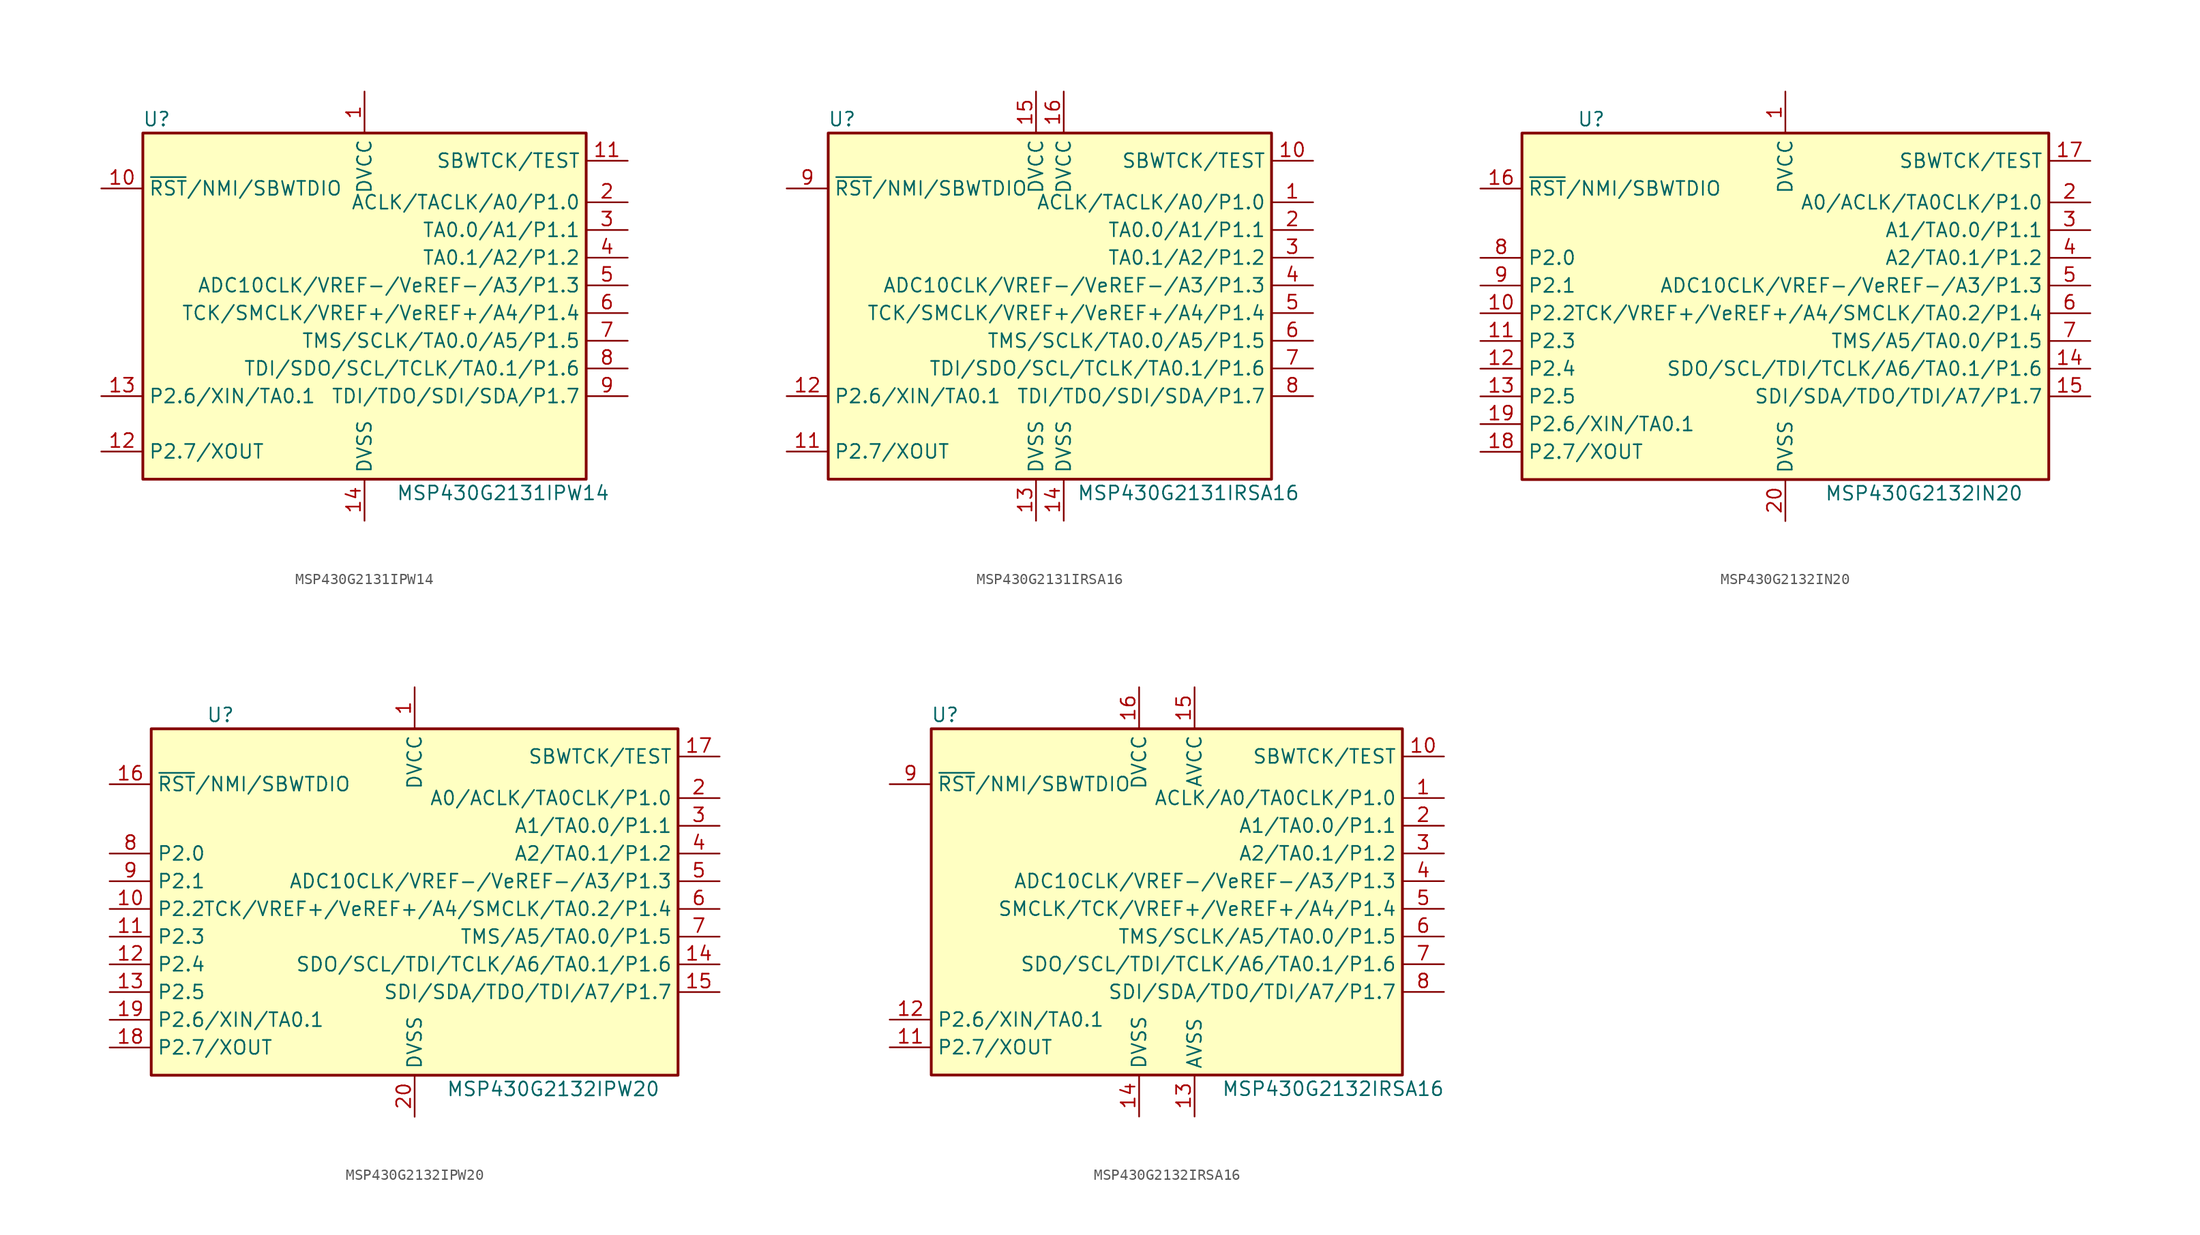
<source format=kicad_sym>
(kicad_symbol_lib
  (version 20241209)
  (generator "kicad_symbol_editor")
  (generator_version "9.0")
  (symbol "MSP430G2131IPW14"
    (property "Reference" "U"
      (at -19.05 17.78 0)
      (effects (font (size 1.27 1.27))))
    (property "Value" "MSP430G2131IPW14"
      (at 12.7 -16.51 0)
      (effects (font (size 1.27 1.27))))
    (symbol "MSP430G2131IPW14_0_1"
      (rectangle (start -20.32 16.51) (end 20.32 -15.24) (stroke (width 0.254) (type default)) (fill (type background))))
    (symbol "MSP430G2131IPW14_1_1"
      (pin input line (at -24.13 11.43 0) (length 3.81) (name "~{RST}/NMI/SBWTDIO" (effects (font (size 1.27 1.27)))) (number "10" (effects (font (size 1.27 1.27)))))
      (pin bidirectional line (at -24.13 -7.62 0) (length 3.81) (name "P2.6/XIN/TA0.1" (effects (font (size 1.27 1.27)))) (number "13" (effects (font (size 1.27 1.27)))))
      (pin bidirectional line (at -24.13 -12.7 0) (length 3.81) (name "P2.7/XOUT" (effects (font (size 1.27 1.27)))) (number "12" (effects (font (size 1.27 1.27)))))
      (pin power_in line (at 0 20.32 270) (length 3.81) (name "DVCC" (effects (font (size 1.27 1.27)))) (number "1" (effects (font (size 1.27 1.27)))))
      (pin power_in line (at 0 -19.05 90) (length 3.81) (name "DVSS" (effects (font (size 1.27 1.27)))) (number "14" (effects (font (size 1.27 1.27)))))
      (pin input line (at 24.13 13.97 180) (length 3.81) (name "SBWTCK/TEST" (effects (font (size 1.27 1.27)))) (number "11" (effects (font (size 1.27 1.27)))))
      (pin bidirectional line (at 24.13 10.16 180) (length 3.81) (name "ACLK/TACLK/A0/P1.0" (effects (font (size 1.27 1.27)))) (number "2" (effects (font (size 1.27 1.27)))))
      (pin bidirectional line (at 24.13 7.62 180) (length 3.81) (name "TA0.0/A1/P1.1" (effects (font (size 1.27 1.27)))) (number "3" (effects (font (size 1.27 1.27)))))
      (pin bidirectional line (at 24.13 5.08 180) (length 3.81) (name "TA0.1/A2/P1.2" (effects (font (size 1.27 1.27)))) (number "4" (effects (font (size 1.27 1.27)))))
      (pin bidirectional line (at 24.13 2.54 180) (length 3.81) (name "ADC10CLK/VREF-/VeREF-/A3/P1.3" (effects (font (size 1.27 1.27)))) (number "5" (effects (font (size 1.27 1.27)))))
      (pin bidirectional line (at 24.13 0 180) (length 3.81) (name "TCK/SMCLK/VREF+/VeREF+/A4/P1.4" (effects (font (size 1.27 1.27)))) (number "6" (effects (font (size 1.27 1.27)))))
      (pin bidirectional line (at 24.13 -2.54 180) (length 3.81) (name "TMS/SCLK/TA0.0/A5/P1.5" (effects (font (size 1.27 1.27)))) (number "7" (effects (font (size 1.27 1.27)))))
      (pin bidirectional line (at 24.13 -5.08 180) (length 3.81) (name "TDI/SDO/SCL/TCLK/TA0.1/P1.6" (effects (font (size 1.27 1.27)))) (number "8" (effects (font (size 1.27 1.27)))))
      (pin bidirectional line (at 24.13 -7.62 180) (length 3.81) (name "TDI/TDO/SDI/SDA/P1.7" (effects (font (size 1.27 1.27)))) (number "9" (effects (font (size 1.27 1.27)))))))
  (symbol "MSP430G2131IRSA16"
    (property "Reference" "U"
      (at -19.05 17.78 0)
      (effects (font (size 1.27 1.27))))
    (property "Value" "MSP430G2131IRSA16"
      (at 12.7 -16.51 0)
      (effects (font (size 1.27 1.27))))
    (symbol "MSP430G2131IRSA16_0_1"
      (rectangle (start -20.32 16.51) (end 20.32 -15.24) (stroke (width 0.254) (type default)) (fill (type background))))
    (symbol "MSP430G2131IRSA16_1_1"
      (pin input line (at -24.13 11.43 0) (length 3.81) (name "~{RST}/NMI/SBWTDIO" (effects (font (size 1.27 1.27)))) (number "9" (effects (font (size 1.27 1.27)))))
      (pin bidirectional line (at -24.13 -7.62 0) (length 3.81) (name "P2.6/XIN/TA0.1" (effects (font (size 1.27 1.27)))) (number "12" (effects (font (size 1.27 1.27)))))
      (pin bidirectional line (at -24.13 -12.7 0) (length 3.81) (name "P2.7/XOUT" (effects (font (size 1.27 1.27)))) (number "11" (effects (font (size 1.27 1.27)))))
      (pin power_in line (at -1.27 20.32 270) (length 3.81) (name "DVCC" (effects (font (size 1.27 1.27)))) (number "15" (effects (font (size 1.27 1.27)))))
      (pin power_in line (at -1.27 -19.05 90) (length 3.81) (name "DVSS" (effects (font (size 1.27 1.27)))) (number "13" (effects (font (size 1.27 1.27)))))
      (pin power_in line (at 1.27 20.32 270) (length 3.81) (name "DVCC" (effects (font (size 1.27 1.27)))) (number "16" (effects (font (size 1.27 1.27)))))
      (pin power_in line (at 1.27 -19.05 90) (length 3.81) (name "DVSS" (effects (font (size 1.27 1.27)))) (number "14" (effects (font (size 1.27 1.27)))))
      (pin input line (at 24.13 13.97 180) (length 3.81) (name "SBWTCK/TEST" (effects (font (size 1.27 1.27)))) (number "10" (effects (font (size 1.27 1.27)))))
      (pin bidirectional line (at 24.13 10.16 180) (length 3.81) (name "ACLK/TACLK/A0/P1.0" (effects (font (size 1.27 1.27)))) (number "1" (effects (font (size 1.27 1.27)))))
      (pin bidirectional line (at 24.13 7.62 180) (length 3.81) (name "TA0.0/A1/P1.1" (effects (font (size 1.27 1.27)))) (number "2" (effects (font (size 1.27 1.27)))))
      (pin bidirectional line (at 24.13 5.08 180) (length 3.81) (name "TA0.1/A2/P1.2" (effects (font (size 1.27 1.27)))) (number "3" (effects (font (size 1.27 1.27)))))
      (pin bidirectional line (at 24.13 2.54 180) (length 3.81) (name "ADC10CLK/VREF-/VeREF-/A3/P1.3" (effects (font (size 1.27 1.27)))) (number "4" (effects (font (size 1.27 1.27)))))
      (pin bidirectional line (at 24.13 0 180) (length 3.81) (name "TCK/SMCLK/VREF+/VeREF+/A4/P1.4" (effects (font (size 1.27 1.27)))) (number "5" (effects (font (size 1.27 1.27)))))
      (pin bidirectional line (at 24.13 -2.54 180) (length 3.81) (name "TMS/SCLK/TA0.0/A5/P1.5" (effects (font (size 1.27 1.27)))) (number "6" (effects (font (size 1.27 1.27)))))
      (pin bidirectional line (at 24.13 -5.08 180) (length 3.81) (name "TDI/SDO/SCL/TCLK/TA0.1/P1.6" (effects (font (size 1.27 1.27)))) (number "7" (effects (font (size 1.27 1.27)))))
      (pin bidirectional line (at 24.13 -7.62 180) (length 3.81) (name "TDI/TDO/SDI/SDA/P1.7" (effects (font (size 1.27 1.27)))) (number "8" (effects (font (size 1.27 1.27)))))))
  (symbol "MSP430G2132IN20"
    (property "Reference" "U"
      (at -17.78 17.78 0)
      (effects (font (size 1.27 1.27))))
    (property "Value" "MSP430G2132IN20"
      (at 12.7 -16.51 0)
      (effects (font (size 1.27 1.27))))
    (symbol "MSP430G2132IN20_0_1"
      (rectangle (start -24.13 16.51) (end 24.13 -15.24) (stroke (width 0.254) (type default)) (fill (type background))))
    (symbol "MSP430G2132IN20_1_1"
      (pin input line (at -27.94 11.43 0) (length 3.81) (name "~{RST}/NMI/SBWTDIO" (effects (font (size 1.27 1.27)))) (number "16" (effects (font (size 1.27 1.27)))))
      (pin bidirectional line (at -27.94 5.08 0) (length 3.81) (name "P2.0" (effects (font (size 1.27 1.27)))) (number "8" (effects (font (size 1.27 1.27)))))
      (pin bidirectional line (at -27.94 2.54 0) (length 3.81) (name "P2.1" (effects (font (size 1.27 1.27)))) (number "9" (effects (font (size 1.27 1.27)))))
      (pin bidirectional line (at -27.94 0 0) (length 3.81) (name "P2.2" (effects (font (size 1.27 1.27)))) (number "10" (effects (font (size 1.27 1.27)))))
      (pin bidirectional line (at -27.94 -2.54 0) (length 3.81) (name "P2.3" (effects (font (size 1.27 1.27)))) (number "11" (effects (font (size 1.27 1.27)))))
      (pin bidirectional line (at -27.94 -5.08 0) (length 3.81) (name "P2.4" (effects (font (size 1.27 1.27)))) (number "12" (effects (font (size 1.27 1.27)))))
      (pin bidirectional line (at -27.94 -7.62 0) (length 3.81) (name "P2.5" (effects (font (size 1.27 1.27)))) (number "13" (effects (font (size 1.27 1.27)))))
      (pin bidirectional line (at -27.94 -10.16 0) (length 3.81) (name "P2.6/XIN/TA0.1" (effects (font (size 1.27 1.27)))) (number "19" (effects (font (size 1.27 1.27)))))
      (pin bidirectional line (at -27.94 -12.7 0) (length 3.81) (name "P2.7/XOUT" (effects (font (size 1.27 1.27)))) (number "18" (effects (font (size 1.27 1.27)))))
      (pin power_in line (at 0 20.32 270) (length 3.81) (name "DVCC" (effects (font (size 1.27 1.27)))) (number "1" (effects (font (size 1.27 1.27)))))
      (pin power_in line (at 0 -19.05 90) (length 3.81) (name "DVSS" (effects (font (size 1.27 1.27)))) (number "20" (effects (font (size 1.27 1.27)))))
      (pin input line (at 27.94 13.97 180) (length 3.81) (name "SBWTCK/TEST" (effects (font (size 1.27 1.27)))) (number "17" (effects (font (size 1.27 1.27)))))
      (pin bidirectional line (at 27.94 10.16 180) (length 3.81) (name "A0/ACLK/TA0CLK/P1.0" (effects (font (size 1.27 1.27)))) (number "2" (effects (font (size 1.27 1.27)))))
      (pin bidirectional line (at 27.94 7.62 180) (length 3.81) (name "A1/TA0.0/P1.1" (effects (font (size 1.27 1.27)))) (number "3" (effects (font (size 1.27 1.27)))))
      (pin bidirectional line (at 27.94 5.08 180) (length 3.81) (name "A2/TA0.1/P1.2" (effects (font (size 1.27 1.27)))) (number "4" (effects (font (size 1.27 1.27)))))
      (pin bidirectional line (at 27.94 2.54 180) (length 3.81) (name "ADC10CLK/VREF-/VeREF-/A3/P1.3" (effects (font (size 1.27 1.27)))) (number "5" (effects (font (size 1.27 1.27)))))
      (pin bidirectional line (at 27.94 0 180) (length 3.81) (name "TCK/VREF+/VeREF+/A4/SMCLK/TA0.2/P1.4" (effects (font (size 1.27 1.27)))) (number "6" (effects (font (size 1.27 1.27)))))
      (pin bidirectional line (at 27.94 -2.54 180) (length 3.81) (name "TMS/A5/TA0.0/P1.5" (effects (font (size 1.27 1.27)))) (number "7" (effects (font (size 1.27 1.27)))))
      (pin bidirectional line (at 27.94 -5.08 180) (length 3.81) (name "SDO/SCL/TDI/TCLK/A6/TA0.1/P1.6" (effects (font (size 1.27 1.27)))) (number "14" (effects (font (size 1.27 1.27)))))
      (pin bidirectional line (at 27.94 -7.62 180) (length 3.81) (name "SDI/SDA/TDO/TDI/A7/P1.7" (effects (font (size 1.27 1.27)))) (number "15" (effects (font (size 1.27 1.27)))))))
  (symbol "MSP430G2132IPW20"
    (property "Reference" "U"
      (at -17.78 17.78 0)
      (effects (font (size 1.27 1.27))))
    (property "Value" "MSP430G2132IPW20"
      (at 12.7 -16.51 0)
      (effects (font (size 1.27 1.27))))
    (symbol "MSP430G2132IPW20_0_1"
      (rectangle (start -24.13 16.51) (end 24.13 -15.24) (stroke (width 0.254) (type default)) (fill (type background))))
    (symbol "MSP430G2132IPW20_1_1"
      (pin input line (at -27.94 11.43 0) (length 3.81) (name "~{RST}/NMI/SBWTDIO" (effects (font (size 1.27 1.27)))) (number "16" (effects (font (size 1.27 1.27)))))
      (pin bidirectional line (at -27.94 5.08 0) (length 3.81) (name "P2.0" (effects (font (size 1.27 1.27)))) (number "8" (effects (font (size 1.27 1.27)))))
      (pin bidirectional line (at -27.94 2.54 0) (length 3.81) (name "P2.1" (effects (font (size 1.27 1.27)))) (number "9" (effects (font (size 1.27 1.27)))))
      (pin bidirectional line (at -27.94 0 0) (length 3.81) (name "P2.2" (effects (font (size 1.27 1.27)))) (number "10" (effects (font (size 1.27 1.27)))))
      (pin bidirectional line (at -27.94 -2.54 0) (length 3.81) (name "P2.3" (effects (font (size 1.27 1.27)))) (number "11" (effects (font (size 1.27 1.27)))))
      (pin bidirectional line (at -27.94 -5.08 0) (length 3.81) (name "P2.4" (effects (font (size 1.27 1.27)))) (number "12" (effects (font (size 1.27 1.27)))))
      (pin bidirectional line (at -27.94 -7.62 0) (length 3.81) (name "P2.5" (effects (font (size 1.27 1.27)))) (number "13" (effects (font (size 1.27 1.27)))))
      (pin bidirectional line (at -27.94 -10.16 0) (length 3.81) (name "P2.6/XIN/TA0.1" (effects (font (size 1.27 1.27)))) (number "19" (effects (font (size 1.27 1.27)))))
      (pin bidirectional line (at -27.94 -12.7 0) (length 3.81) (name "P2.7/XOUT" (effects (font (size 1.27 1.27)))) (number "18" (effects (font (size 1.27 1.27)))))
      (pin power_in line (at 0 20.32 270) (length 3.81) (name "DVCC" (effects (font (size 1.27 1.27)))) (number "1" (effects (font (size 1.27 1.27)))))
      (pin power_in line (at 0 -19.05 90) (length 3.81) (name "DVSS" (effects (font (size 1.27 1.27)))) (number "20" (effects (font (size 1.27 1.27)))))
      (pin input line (at 27.94 13.97 180) (length 3.81) (name "SBWTCK/TEST" (effects (font (size 1.27 1.27)))) (number "17" (effects (font (size 1.27 1.27)))))
      (pin bidirectional line (at 27.94 10.16 180) (length 3.81) (name "A0/ACLK/TA0CLK/P1.0" (effects (font (size 1.27 1.27)))) (number "2" (effects (font (size 1.27 1.27)))))
      (pin bidirectional line (at 27.94 7.62 180) (length 3.81) (name "A1/TA0.0/P1.1" (effects (font (size 1.27 1.27)))) (number "3" (effects (font (size 1.27 1.27)))))
      (pin bidirectional line (at 27.94 5.08 180) (length 3.81) (name "A2/TA0.1/P1.2" (effects (font (size 1.27 1.27)))) (number "4" (effects (font (size 1.27 1.27)))))
      (pin bidirectional line (at 27.94 2.54 180) (length 3.81) (name "ADC10CLK/VREF-/VeREF-/A3/P1.3" (effects (font (size 1.27 1.27)))) (number "5" (effects (font (size 1.27 1.27)))))
      (pin bidirectional line (at 27.94 0 180) (length 3.81) (name "TCK/VREF+/VeREF+/A4/SMCLK/TA0.2/P1.4" (effects (font (size 1.27 1.27)))) (number "6" (effects (font (size 1.27 1.27)))))
      (pin bidirectional line (at 27.94 -2.54 180) (length 3.81) (name "TMS/A5/TA0.0/P1.5" (effects (font (size 1.27 1.27)))) (number "7" (effects (font (size 1.27 1.27)))))
      (pin bidirectional line (at 27.94 -5.08 180) (length 3.81) (name "SDO/SCL/TDI/TCLK/A6/TA0.1/P1.6" (effects (font (size 1.27 1.27)))) (number "14" (effects (font (size 1.27 1.27)))))
      (pin bidirectional line (at 27.94 -7.62 180) (length 3.81) (name "SDI/SDA/TDO/TDI/A7/P1.7" (effects (font (size 1.27 1.27)))) (number "15" (effects (font (size 1.27 1.27)))))))
  (symbol "MSP430G2132IRSA16"
    (property "Reference" "U"
      (at -20.32 17.78 0)
      (effects (font (size 1.27 1.27))))
    (property "Value" "MSP430G2132IRSA16"
      (at 15.24 -16.51 0)
      (effects (font (size 1.27 1.27))))
    (symbol "MSP430G2132IRSA16_0_1"
      (rectangle (start -21.59 16.51) (end 21.59 -15.24) (stroke (width 0.254) (type default)) (fill (type background))))
    (symbol "MSP430G2132IRSA16_1_1"
      (pin input line (at -25.4 11.43 0) (length 3.81) (name "~{RST}/NMI/SBWTDIO" (effects (font (size 1.27 1.27)))) (number "9" (effects (font (size 1.27 1.27)))))
      (pin bidirectional line (at -25.4 -10.16 0) (length 3.81) (name "P2.6/XIN/TA0.1" (effects (font (size 1.27 1.27)))) (number "12" (effects (font (size 1.27 1.27)))))
      (pin bidirectional line (at -25.4 -12.7 0) (length 3.81) (name "P2.7/XOUT" (effects (font (size 1.27 1.27)))) (number "11" (effects (font (size 1.27 1.27)))))
      (pin power_in line (at -2.54 20.32 270) (length 3.81) (name "DVCC" (effects (font (size 1.27 1.27)))) (number "16" (effects (font (size 1.27 1.27)))))
      (pin power_in line (at -2.54 -19.05 90) (length 3.81) (name "DVSS" (effects (font (size 1.27 1.27)))) (number "14" (effects (font (size 1.27 1.27)))))
      (pin power_in line (at 2.54 20.32 270) (length 3.81) (name "AVCC" (effects (font (size 1.27 1.27)))) (number "15" (effects (font (size 1.27 1.27)))))
      (pin power_in line (at 2.54 -19.05 90) (length 3.81) (name "AVSS" (effects (font (size 1.27 1.27)))) (number "13" (effects (font (size 1.27 1.27)))))
      (pin input line (at 25.4 13.97 180) (length 3.81) (name "SBWTCK/TEST" (effects (font (size 1.27 1.27)))) (number "10" (effects (font (size 1.27 1.27)))))
      (pin bidirectional line (at 25.4 10.16 180) (length 3.81) (name "ACLK/A0/TA0CLK/P1.0" (effects (font (size 1.27 1.27)))) (number "1" (effects (font (size 1.27 1.27)))))
      (pin bidirectional line (at 25.4 7.62 180) (length 3.81) (name "A1/TA0.0/P1.1" (effects (font (size 1.27 1.27)))) (number "2" (effects (font (size 1.27 1.27)))))
      (pin bidirectional line (at 25.4 5.08 180) (length 3.81) (name "A2/TA0.1/P1.2" (effects (font (size 1.27 1.27)))) (number "3" (effects (font (size 1.27 1.27)))))
      (pin bidirectional line (at 25.4 2.54 180) (length 3.81) (name "ADC10CLK/VREF-/VeREF-/A3/P1.3" (effects (font (size 1.27 1.27)))) (number "4" (effects (font (size 1.27 1.27)))))
      (pin bidirectional line (at 25.4 0 180) (length 3.81) (name "SMCLK/TCK/VREF+/VeREF+/A4/P1.4" (effects (font (size 1.27 1.27)))) (number "5" (effects (font (size 1.27 1.27)))))
      (pin bidirectional line (at 25.4 -2.54 180) (length 3.81) (name "TMS/SCLK/A5/TA0.0/P1.5" (effects (font (size 1.27 1.27)))) (number "6" (effects (font (size 1.27 1.27)))))
      (pin bidirectional line (at 25.4 -5.08 180) (length 3.81) (name "SDO/SCL/TDI/TCLK/A6/TA0.1/P1.6" (effects (font (size 1.27 1.27)))) (number "7" (effects (font (size 1.27 1.27)))))
      (pin bidirectional line (at 25.4 -7.62 180) (length 3.81) (name "SDI/SDA/TDO/TDI/A7/P1.7" (effects (font (size 1.27 1.27)))) (number "8" (effects (font (size 1.27 1.27))))))))
</source>
